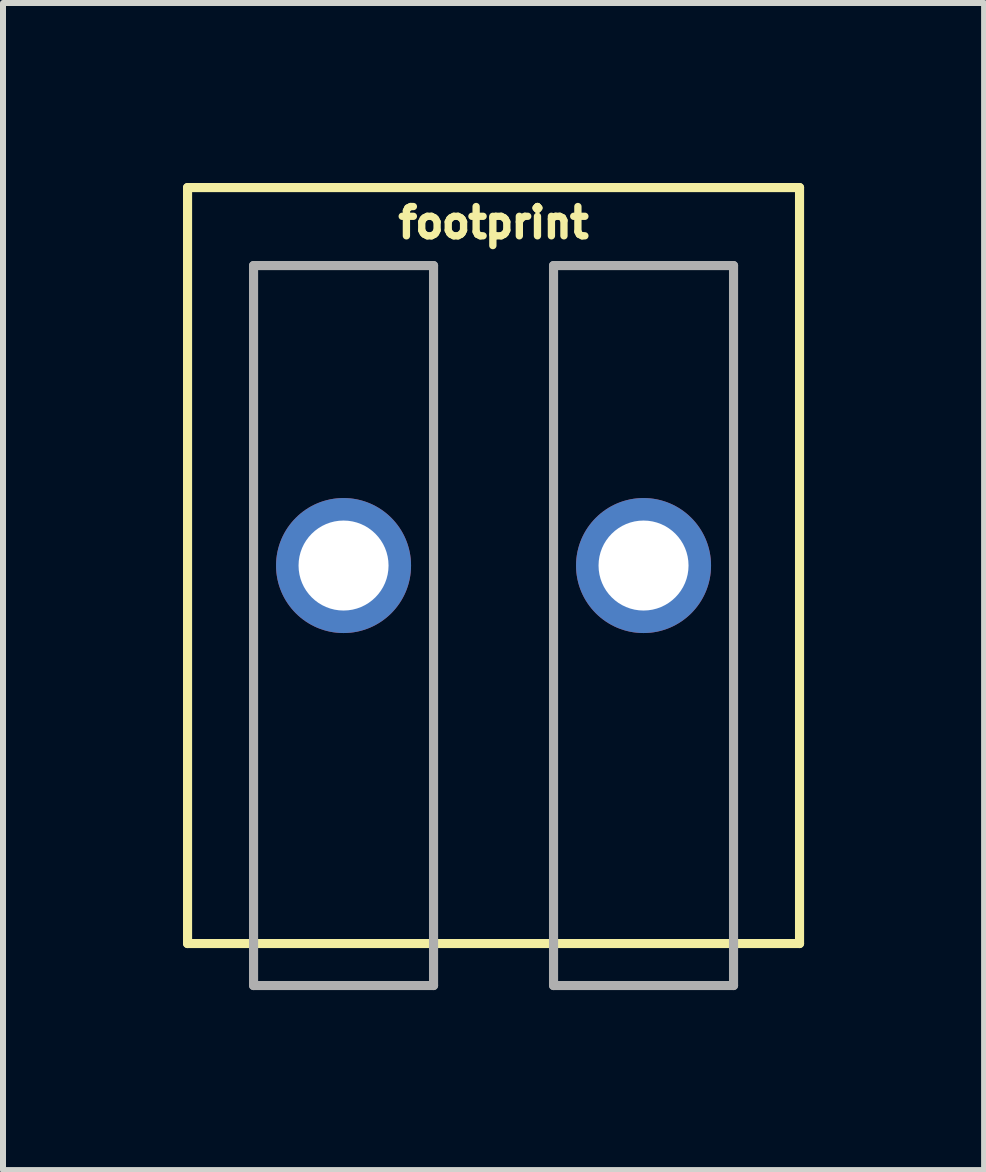
<source format=kicad_pcb>
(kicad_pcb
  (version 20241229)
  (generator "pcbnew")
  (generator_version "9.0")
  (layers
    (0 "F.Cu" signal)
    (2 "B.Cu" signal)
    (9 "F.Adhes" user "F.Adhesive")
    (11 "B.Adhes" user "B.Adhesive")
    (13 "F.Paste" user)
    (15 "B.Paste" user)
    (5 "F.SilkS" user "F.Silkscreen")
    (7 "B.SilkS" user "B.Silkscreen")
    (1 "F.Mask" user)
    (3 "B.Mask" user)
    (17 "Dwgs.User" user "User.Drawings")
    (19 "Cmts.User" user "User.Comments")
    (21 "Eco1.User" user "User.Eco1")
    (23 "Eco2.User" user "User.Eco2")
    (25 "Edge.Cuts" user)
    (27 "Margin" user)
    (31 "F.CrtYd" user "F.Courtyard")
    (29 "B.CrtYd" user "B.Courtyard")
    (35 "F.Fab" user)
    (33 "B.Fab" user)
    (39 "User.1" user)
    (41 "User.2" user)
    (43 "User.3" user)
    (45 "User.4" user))
  (footprint "footprint"
    (layer "F.Cu")
    (at 5.176 6.376)
    (property "Reference" "footprint" (at 0 -5.715 0) (layer "F.SilkS") (effects (font (size 0.488 0.488) (thickness 0.122))))
    (fp_line (start -5.1 -6.3) (end -5.1 6.3) (stroke (width 0.152) (type solid)) (layer "F.SilkS"))
    (fp_line (start -5.1 -6.3) (end 5.1 -6.3) (stroke (width 0.152) (type solid)) (layer "F.SilkS"))
    (fp_line (start -5.1 6.3) (end 5.1 6.3) (stroke (width 0.152) (type solid)) (layer "F.SilkS"))
    (fp_line (start 5.1 -6.3) (end 5.1 6.3) (stroke (width 0.152) (type solid)) (layer "F.SilkS"))
    (fp_line (start -4 -5) (end -4 7) (stroke (width 0.152) (type solid)) (layer "F.Fab"))
    (fp_line (start -4 7) (end -1 7) (stroke (width 0.152) (type solid)) (layer "F.Fab"))
    (fp_line (start -1 -5) (end -4 -5) (stroke (width 0.152) (type solid)) (layer "F.Fab"))
    (fp_line (start -1 7) (end -1 -5) (stroke (width 0.152) (type solid)) (layer "F.Fab"))
    (fp_line (start 1 -5) (end 1 7) (stroke (width 0.152) (type solid)) (layer "F.Fab"))
    (fp_line (start 1 7) (end 4 7) (stroke (width 0.152) (type solid)) (layer "F.Fab"))
    (fp_line (start 4 -5) (end 1 -5) (stroke (width 0.152) (type solid)) (layer "F.Fab"))
    (fp_line (start 4 7) (end 4 -5) (stroke (width 0.152) (type solid)) (layer "F.Fab"))
    (pad "1" thru_hole circle (at -2.5 0) (size 2.25 2.25) (drill 1.5) (layers "*.Cu" "*.Mask"))
    (pad "2" thru_hole circle (at 2.5 0) (size 2.25 2.25) (drill 1.5) (layers "*.Cu" "*.Mask")))
  (gr_rect
    (start -3 -3)
    (end 13.352 16.452)
    (stroke (width 0.1) (type default))
    (fill no)
    (layer "Edge.Cuts")))
</source>
